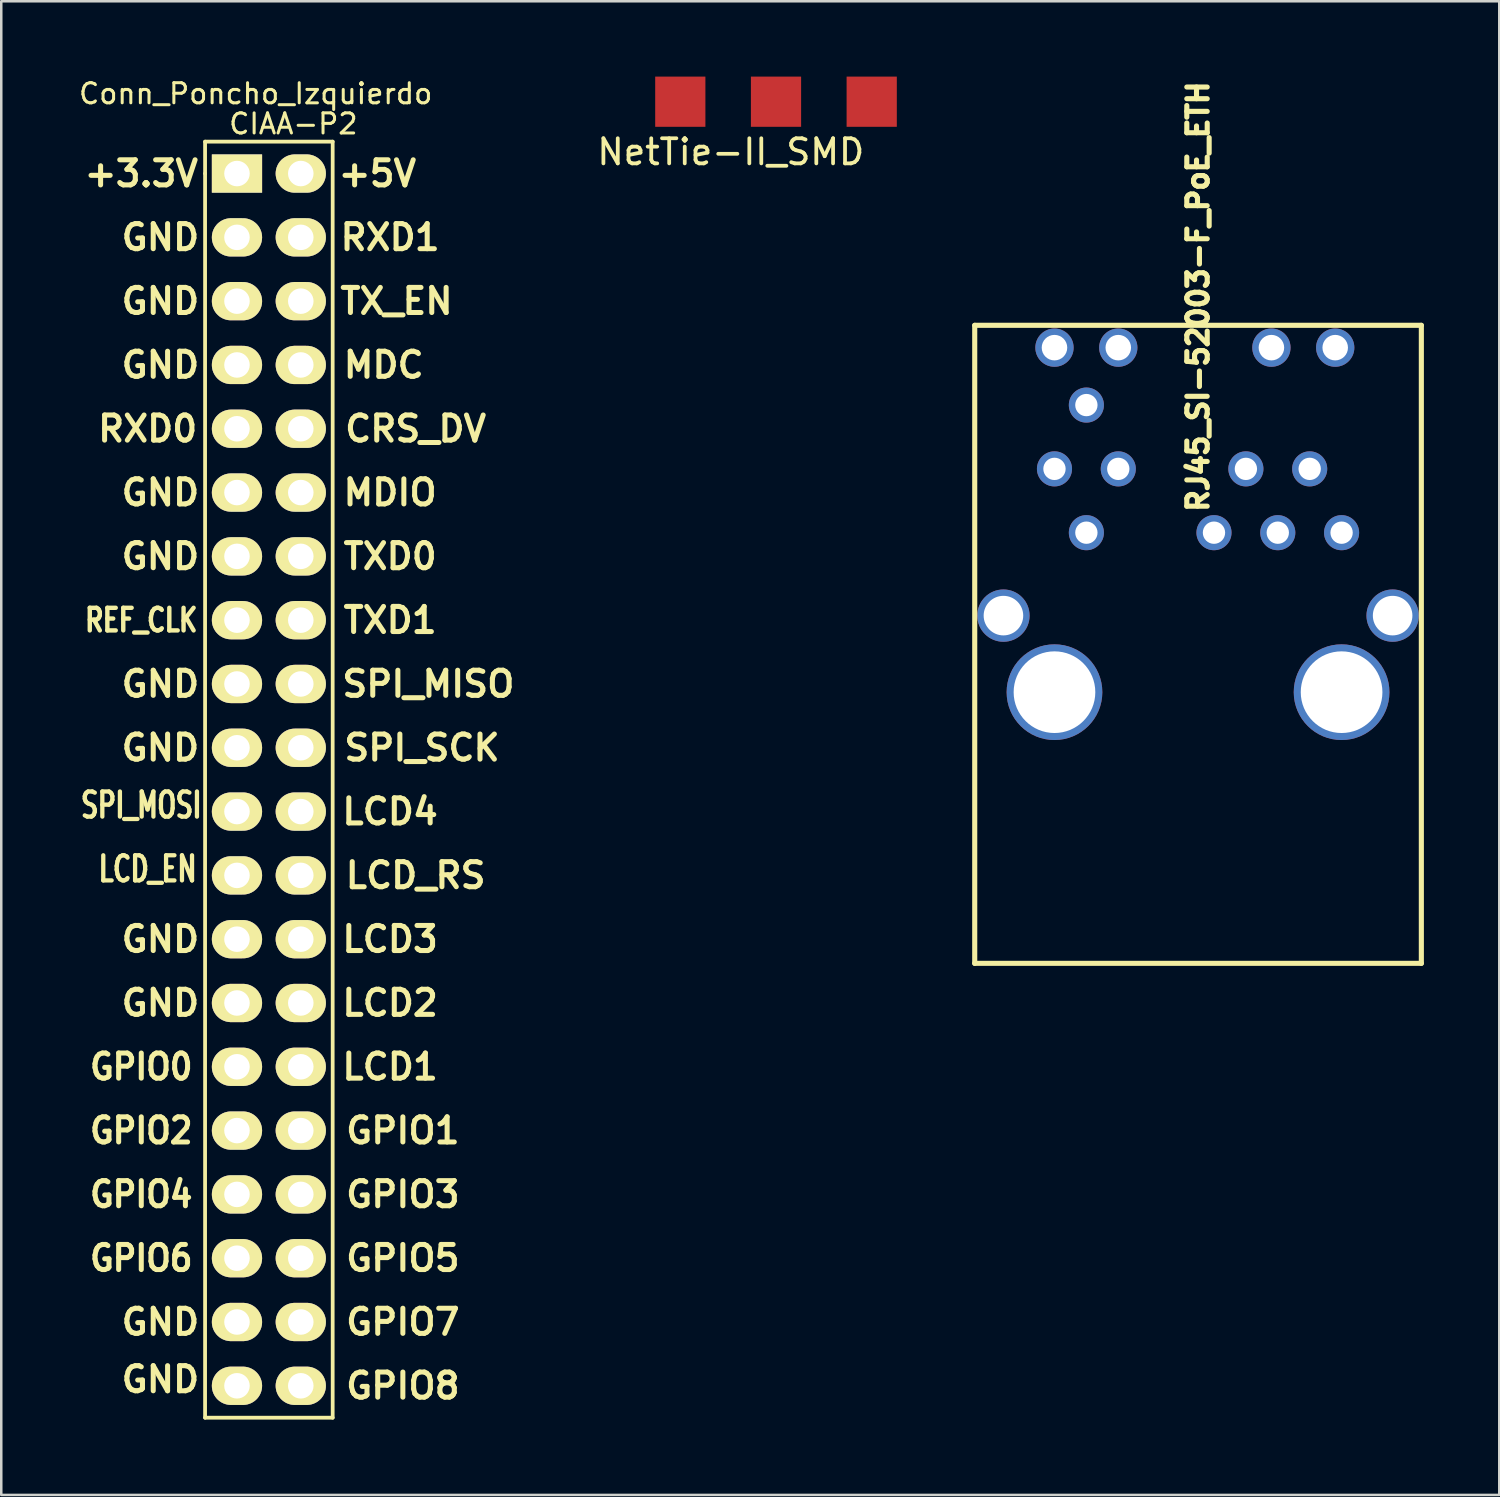
<source format=kicad_pcb>
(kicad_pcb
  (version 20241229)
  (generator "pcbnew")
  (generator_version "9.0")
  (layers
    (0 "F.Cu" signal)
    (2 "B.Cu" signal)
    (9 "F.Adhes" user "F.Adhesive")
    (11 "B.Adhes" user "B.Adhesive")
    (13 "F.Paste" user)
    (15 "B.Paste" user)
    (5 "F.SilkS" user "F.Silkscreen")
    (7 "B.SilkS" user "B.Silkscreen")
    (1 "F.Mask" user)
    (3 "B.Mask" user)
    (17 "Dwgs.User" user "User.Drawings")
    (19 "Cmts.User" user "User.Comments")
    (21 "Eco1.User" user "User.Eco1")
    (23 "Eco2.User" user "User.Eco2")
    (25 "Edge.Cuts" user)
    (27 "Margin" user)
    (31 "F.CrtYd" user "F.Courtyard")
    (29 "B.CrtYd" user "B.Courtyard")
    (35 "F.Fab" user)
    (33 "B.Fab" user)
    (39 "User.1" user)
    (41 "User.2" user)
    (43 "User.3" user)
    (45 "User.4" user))
  (footprint "Conn_Poncho_Izquierdo"
    (layer "F.Cu")
    (at 6.384 3.859)
    (property "Reference" "Conn_Poncho_Izquierdo" (at 0.745 -3.18 0) (layer "F.SilkS") (effects (font (size 0.8 0.8) (thickness 0.12))))
    (attr through_hole)
    (fp_line (start -1.27 -1.27) (end 3.81 -1.27) (stroke (width 0.15) (type solid)) (layer "F.SilkS"))
    (fp_line (start -1.27 0) (end -1.27 -1.27) (stroke (width 0.15) (type solid)) (layer "F.SilkS"))
    (fp_line (start -1.27 49.53) (end -1.27 0) (stroke (width 0.15) (type solid)) (layer "F.SilkS"))
    (fp_line (start 3.81 -1.27) (end 3.81 49.53) (stroke (width 0.15) (type solid)) (layer "F.SilkS"))
    (fp_line (start 3.81 49.53) (end -1.27 49.53) (stroke (width 0.15) (type solid)) (layer "F.SilkS"))
    (fp_text user "GND" (at -3.048 15.24 0) (layer "F.SilkS") (effects (font (size 1 1) (thickness 0.2))))
    (fp_text user "TXD1" (at 6.096 17.78 0) (layer "F.SilkS") (effects (font (size 1 1) (thickness 0.2))))
    (fp_text user "GPIO6" (at -3.81 43.18 0) (layer "F.SilkS") (effects (font (size 1 0.9) (thickness 0.2))))
    (fp_text user "CIAA-P2" (at 2.245 -1.98 0) (layer "F.SilkS") (effects (font (size 0.8 0.8) (thickness 0.12))))
    (fp_text user "GPIO2" (at -3.81 38.1 0) (layer "F.SilkS") (effects (font (size 1 0.9) (thickness 0.2))))
    (fp_text user "LCD_EN" (at -3.556 27.686 0) (layer "F.SilkS") (effects (font (size 1 0.7) (thickness 0.17))))
    (fp_text user "MDC" (at 5.842 7.62 0) (layer "F.SilkS") (effects (font (size 1 1) (thickness 0.2))))
    (fp_text user "RXD0" (at -3.556 10.16 0) (layer "F.SilkS") (effects (font (size 1 1) (thickness 0.2))))
    (fp_text user "LCD1" (at 6.096 35.56 0) (layer "F.SilkS") (effects (font (size 1 1) (thickness 0.2))))
    (fp_text user "+3.3V" (at -3.81 0 0) (layer "F.SilkS") (effects (font (size 1 1) (thickness 0.2))))
    (fp_text user "LCD_RS" (at 7.112 27.94 0) (layer "F.SilkS") (effects (font (size 1 1) (thickness 0.2))))
    (fp_text user "GPIO4" (at -3.81 40.64 0) (layer "F.SilkS") (effects (font (size 1 0.9) (thickness 0.2))))
    (fp_text user "GND" (at -3.048 2.54 0) (layer "F.SilkS") (effects (font (size 1 1) (thickness 0.2))))
    (fp_text user "SPI_MOSI" (at -3.81 25.146 0) (layer "F.SilkS") (effects (font (size 1 0.7) (thickness 0.17))))
    (fp_text user "GND" (at -3.048 33.02 0) (layer "F.SilkS") (effects (font (size 1 1) (thickness 0.2))))
    (fp_text user "CRS_DV" (at 7.112 10.16 0) (layer "F.SilkS") (effects (font (size 1 1) (thickness 0.2))))
    (fp_text user "LCD4" (at 6.096 25.4 0) (layer "F.SilkS") (effects (font (size 1 1) (thickness 0.2))))
    (fp_text user "GND" (at -3.048 7.62 0) (layer "F.SilkS") (effects (font (size 1 1) (thickness 0.2))))
    (fp_text user "MDIO" (at 6.096 12.7 0) (layer "F.SilkS") (effects (font (size 1 1) (thickness 0.2))))
    (fp_text user "GND" (at -3.048 12.7 0) (layer "F.SilkS") (effects (font (size 1 1) (thickness 0.2))))
    (fp_text user "GND" (at -3.048 30.48 0) (layer "F.SilkS") (effects (font (size 1 1) (thickness 0.2))))
    (fp_text user "GPIO5" (at 6.604 43.18 0) (layer "F.SilkS") (effects (font (size 1 1) (thickness 0.2))))
    (fp_text user "LCD3" (at 6.096 30.48 0) (layer "F.SilkS") (effects (font (size 1 1) (thickness 0.2))))
    (fp_text user "GND" (at -3.048 20.32 0) (layer "F.SilkS") (effects (font (size 1 1) (thickness 0.2))))
    (fp_text user "GPIO1" (at 6.604 38.1 0) (layer "F.SilkS") (effects (font (size 1 1) (thickness 0.2))))
    (fp_text user "GPIO8" (at 6.604 48.26 0) (layer "F.SilkS") (effects (font (size 1 1) (thickness 0.2))))
    (fp_text user "GPIO0" (at -3.81 35.56 0) (layer "F.SilkS") (effects (font (size 1 0.9) (thickness 0.2))))
    (fp_text user "REF_CLK" (at -3.81 17.78 0) (layer "F.SilkS") (effects (font (size 0.9 0.7) (thickness 0.175))))
    (fp_text user "GND" (at -3.048 5.08 0) (layer "F.SilkS") (effects (font (size 1 1) (thickness 0.2))))
    (fp_text user "GPIO7" (at 6.604 45.72 0) (layer "F.SilkS") (effects (font (size 1 1) (thickness 0.2))))
    (fp_text user "SPI_MISO" (at 7.62 20.32 0) (layer "F.SilkS") (effects (font (size 1 1) (thickness 0.2))))
    (fp_text user "GPIO3" (at 6.604 40.64 0) (layer "F.SilkS") (effects (font (size 1 1) (thickness 0.2))))
    (fp_text user "LCD2" (at 6.096 33.02 0) (layer "F.SilkS") (effects (font (size 1 1) (thickness 0.2))))
    (fp_text user "GND" (at -3.048 45.72 0) (layer "F.SilkS") (effects (font (size 1 1) (thickness 0.2))))
    (fp_text user "TXD0" (at 6.096 15.24 0) (layer "F.SilkS") (effects (font (size 1 1) (thickness 0.2))))
    (fp_text user "GND" (at -3.048 48.006 0) (layer "F.SilkS") (effects (font (size 1 1) (thickness 0.2))))
    (fp_text user "RXD1" (at 6.096 2.54 0) (layer "F.SilkS") (effects (font (size 1 1) (thickness 0.2))))
    (fp_text user "TX_EN" (at 6.35 5.08 0) (layer "F.SilkS") (effects (font (size 1 1) (thickness 0.2))))
    (fp_text user "SPI_SCK" (at 7.366 22.86 0) (layer "F.SilkS") (effects (font (size 1 1) (thickness 0.2))))
    (fp_text user "+5V" (at 5.588 0 0) (layer "F.SilkS") (effects (font (size 1 1) (thickness 0.2))))
    (fp_text user "GND" (at -3.048 22.86 0) (layer "F.SilkS") (effects (font (size 1 1) (thickness 0.2))))
    (pad "41" thru_hole rect (at 0 0 270) (size 1.524 2) (drill 1.016) (layers "*.Cu" "*.Mask" "F.SilkS"))
    (pad "42" thru_hole oval (at 2.54 0 270) (size 1.524 2) (drill 1.016) (layers "*.Cu" "*.Mask" "F.SilkS"))
    (pad "43" thru_hole oval (at 0 2.54 270) (size 1.524 2) (drill 1.016) (layers "*.Cu" "*.Mask" "F.SilkS"))
    (pad "44" thru_hole oval (at 2.54 2.54 270) (size 1.524 2) (drill 1.016) (layers "*.Cu" "*.Mask" "F.SilkS"))
    (pad "45" thru_hole oval (at 0 5.08 270) (size 1.524 2) (drill 1.016) (layers "*.Cu" "*.Mask" "F.SilkS"))
    (pad "46" thru_hole oval (at 2.54 5.08 270) (size 1.524 2) (drill 1.016) (layers "*.Cu" "*.Mask" "F.SilkS"))
    (pad "47" thru_hole oval (at 0 7.62 270) (size 1.524 2) (drill 1.016) (layers "*.Cu" "*.Mask" "F.SilkS"))
    (pad "48" thru_hole oval (at 2.54 7.62 270) (size 1.524 2) (drill 1.016) (layers "*.Cu" "*.Mask" "F.SilkS"))
    (pad "49" thru_hole oval (at 0 10.16 270) (size 1.524 2) (drill 1.016) (layers "*.Cu" "*.Mask" "F.SilkS"))
    (pad "50" thru_hole oval (at 2.54 10.16 270) (size 1.524 2) (drill 1.016) (layers "*.Cu" "*.Mask" "F.SilkS"))
    (pad "51" thru_hole oval (at 0 12.7 270) (size 1.524 2) (drill 1.016) (layers "*.Cu" "*.Mask" "F.SilkS"))
    (pad "52" thru_hole oval (at 2.54 12.7 270) (size 1.524 2) (drill 1.016) (layers "*.Cu" "*.Mask" "F.SilkS"))
    (pad "53" thru_hole oval (at 0 15.24 270) (size 1.524 2) (drill 1.016) (layers "*.Cu" "*.Mask" "F.SilkS"))
    (pad "54" thru_hole oval (at 2.54 15.24 270) (size 1.524 2) (drill 1.016) (layers "*.Cu" "*.Mask" "F.SilkS"))
    (pad "55" thru_hole oval (at 0 17.78 270) (size 1.524 2) (drill 1.016) (layers "*.Cu" "*.Mask" "F.SilkS"))
    (pad "56" thru_hole oval (at 2.54 17.78 270) (size 1.524 2) (drill 1.016) (layers "*.Cu" "*.Mask" "F.SilkS"))
    (pad "57" thru_hole oval (at 0 20.32 270) (size 1.524 2) (drill 1.016) (layers "*.Cu" "*.Mask" "F.SilkS"))
    (pad "58" thru_hole oval (at 2.54 20.32 270) (size 1.524 2) (drill 1.016) (layers "*.Cu" "*.Mask" "F.SilkS"))
    (pad "59" thru_hole oval (at 0 22.86 270) (size 1.524 2) (drill 1.016) (layers "*.Cu" "*.Mask" "F.SilkS"))
    (pad "60" thru_hole oval (at 2.54 22.86 270) (size 1.524 2) (drill 1.016) (layers "*.Cu" "*.Mask" "F.SilkS"))
    (pad "61" thru_hole oval (at 0 25.4 270) (size 1.524 2) (drill 1.016) (layers "*.Cu" "*.Mask" "F.SilkS"))
    (pad "62" thru_hole oval (at 2.54 25.4 270) (size 1.524 2) (drill 1.016) (layers "*.Cu" "*.Mask" "F.SilkS"))
    (pad "63" thru_hole oval (at 0 27.94 270) (size 1.524 2) (drill 1.016) (layers "*.Cu" "*.Mask" "F.SilkS"))
    (pad "64" thru_hole oval (at 2.54 27.94 270) (size 1.524 2) (drill 1.016) (layers "*.Cu" "*.Mask" "F.SilkS"))
    (pad "65" thru_hole oval (at 0 30.48 270) (size 1.524 2) (drill 1.016) (layers "*.Cu" "*.Mask" "F.SilkS"))
    (pad "66" thru_hole oval (at 2.54 30.48 270) (size 1.524 2) (drill 1.016) (layers "*.Cu" "*.Mask" "F.SilkS"))
    (pad "67" thru_hole oval (at 0 33.02 270) (size 1.524 2) (drill 1.016) (layers "*.Cu" "*.Mask" "F.SilkS"))
    (pad "68" thru_hole oval (at 2.54 33.02 270) (size 1.524 2) (drill 1.016) (layers "*.Cu" "*.Mask" "F.SilkS"))
    (pad "69" thru_hole oval (at 0 35.56 270) (size 1.524 2) (drill 1.016) (layers "*.Cu" "*.Mask" "F.SilkS"))
    (pad "70" thru_hole oval (at 2.54 35.56 270) (size 1.524 2) (drill 1.016) (layers "*.Cu" "*.Mask" "F.SilkS"))
    (pad "71" thru_hole oval (at 0 38.1 270) (size 1.524 2) (drill 1.016) (layers "*.Cu" "*.Mask" "F.SilkS"))
    (pad "72" thru_hole oval (at 2.54 38.1 270) (size 1.524 2) (drill 1.016) (layers "*.Cu" "*.Mask" "F.SilkS"))
    (pad "73" thru_hole oval (at 0 40.64 270) (size 1.524 2) (drill 1.016) (layers "*.Cu" "*.Mask" "F.SilkS"))
    (pad "74" thru_hole oval (at 2.54 40.64 270) (size 1.524 2) (drill 1.016) (layers "*.Cu" "*.Mask" "F.SilkS"))
    (pad "75" thru_hole oval (at 0 43.18 270) (size 1.524 2) (drill 1.016) (layers "*.Cu" "*.Mask" "F.SilkS"))
    (pad "76" thru_hole oval (at 2.54 43.18 270) (size 1.524 2) (drill 1.016) (layers "*.Cu" "*.Mask" "F.SilkS"))
    (pad "77" thru_hole oval (at 0 45.72 270) (size 1.524 2) (drill 1.016) (layers "*.Cu" "*.Mask" "F.SilkS"))
    (pad "78" thru_hole oval (at 2.54 45.72 270) (size 1.524 2) (drill 1.016) (layers "*.Cu" "*.Mask" "F.SilkS"))
    (pad "79" thru_hole oval (at 0 48.26 270) (size 1.524 2) (drill 1.016) (layers "*.Cu" "*.Mask" "F.SilkS"))
    (pad "80" thru_hole oval (at 2.54 48.26 270) (size 1.524 2) (drill 1.016) (layers "*.Cu" "*.Mask" "F.SilkS")))
  (footprint "RJ45_SI-52003-F_PoE_ETH"
    (layer "F.Cu")
    (at 44.644 24.506)
    (property "Reference" "RJ45_SI-52003-F_PoE_ETH" (at 0 -15.748 90) (layer "F.SilkS") (effects (font (size 0.813 0.813) (thickness 0.203))))
    (attr through_hole)
    (fp_line (start -8.89 10.795) (end -8.89 -14.605) (stroke (width 0.203) (type solid)) (layer "F.SilkS"))
    (fp_line (start 8.89 -14.605) (end -8.89 -14.605) (stroke (width 0.203) (type solid)) (layer "F.SilkS"))
    (fp_line (start 8.89 10.795) (end -8.89 10.795) (stroke (width 0.203) (type solid)) (layer "F.SilkS"))
    (fp_line (start 8.89 10.795) (end 8.89 -14.605) (stroke (width 0.203) (type solid)) (layer "F.SilkS"))
    (pad "1" thru_hole circle (at 5.715 -6.35) (size 1.397 1.397) (drill 0.889) (layers "*.Cu" "*.Mask"))
    (pad "2" thru_hole circle (at 4.445 -8.89) (size 1.397 1.397) (drill 0.889) (layers "*.Cu" "*.Mask"))
    (pad "3" thru_hole circle (at 3.175 -6.35) (size 1.397 1.397) (drill 0.889) (layers "*.Cu" "*.Mask"))
    (pad "4" thru_hole circle (at 1.905 -8.89) (size 1.397 1.397) (drill 0.889) (layers "*.Cu" "*.Mask"))
    (pad "5" thru_hole circle (at 0.635 -6.35) (size 1.397 1.397) (drill 0.889) (layers "*.Cu" "*.Mask"))
    (pad "6" thru_hole circle (at -7.747 -3.048) (size 2.083 2.083) (drill 1.575) (layers "*.Cu" "*.Mask"))
    (pad "7" thru_hole circle (at 7.747 -3.048) (size 2.083 2.083) (drill 1.575) (layers "*.Cu" "*.Mask"))
    (pad "8" thru_hole circle (at -3.175 -8.89) (size 1.397 1.397) (drill 0.889) (layers "*.Cu" "*.Mask"))
    (pad "9" thru_hole circle (at -4.445 -6.35) (size 1.397 1.397) (drill 0.889) (layers "*.Cu" "*.Mask"))
    (pad "10" thru_hole circle (at -5.715 -8.89) (size 1.397 1.397) (drill 0.889) (layers "*.Cu" "*.Mask"))
    (pad "11" thru_hole circle (at -4.445 -11.43) (size 1.397 1.397) (drill 0.889) (layers "*.Cu" "*.Mask"))
    (pad "12" thru_hole circle (at -5.715 -13.716) (size 1.524 1.524) (drill 1.016) (layers "*.Cu" "*.Mask"))
    (pad "13" thru_hole circle (at -3.175 -13.716) (size 1.524 1.524) (drill 1.016) (layers "*.Cu" "*.Mask"))
    (pad "14" thru_hole circle (at 2.921 -13.716) (size 1.524 1.524) (drill 1.016) (layers "*.Cu" "*.Mask"))
    (pad "15" thru_hole circle (at 5.461 -13.716) (size 1.524 1.524) (drill 1.016) (layers "*.Cu" "*.Mask"))
    (pad "16" thru_hole circle (at -5.715 0) (size 3.81 3.81) (drill 3.251) (layers "*.Cu" "*.Mask"))
    (pad "17" thru_hole circle (at 5.715 0) (size 3.81 3.81) (drill 3.251) (layers "*.Cu" "*.Mask")))
  (footprint "NetTie-II_SMD"
    (layer "F.Cu")
    (at 27.843 0.999)
    (property "Reference" "NetTie-II_SMD" (at -1.8 2 0) (layer "F.SilkS") (effects (font (size 1 1) (thickness 0.15))))
    (attr through_hole)
    (pad "1" smd rect (at -3.81 0) (size 1.999 1.999) (layers "F.Cu" "F.Mask" "F.Paste"))
    (pad "2" smd rect (at 0 0) (size 1.999 1.999) (layers "F.Cu" "F.Mask" "F.Paste"))
    (pad "3" smd rect (at 3.81 0) (size 1.999 1.999) (layers "F.Cu" "F.Mask" "F.Paste")))
  (gr_rect
    (start -3 -3)
    (end 56.636 56.464)
    (stroke (width 0.1) (type default))
    (fill no)
    (layer "Edge.Cuts")))
</source>
